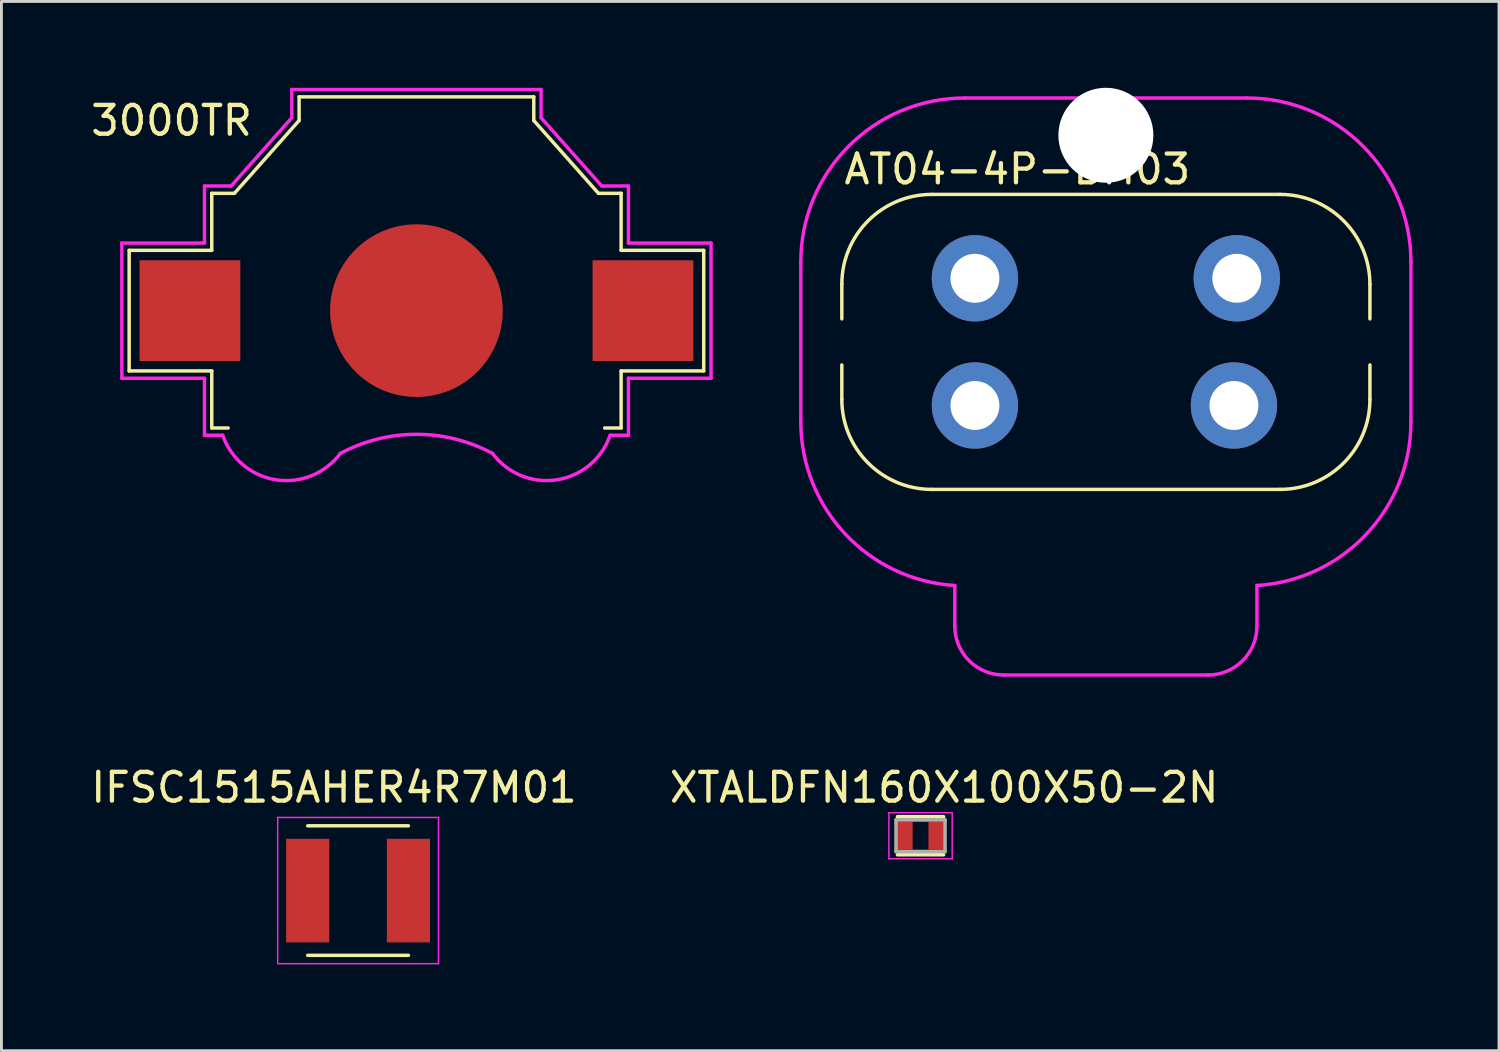
<source format=kicad_pcb>
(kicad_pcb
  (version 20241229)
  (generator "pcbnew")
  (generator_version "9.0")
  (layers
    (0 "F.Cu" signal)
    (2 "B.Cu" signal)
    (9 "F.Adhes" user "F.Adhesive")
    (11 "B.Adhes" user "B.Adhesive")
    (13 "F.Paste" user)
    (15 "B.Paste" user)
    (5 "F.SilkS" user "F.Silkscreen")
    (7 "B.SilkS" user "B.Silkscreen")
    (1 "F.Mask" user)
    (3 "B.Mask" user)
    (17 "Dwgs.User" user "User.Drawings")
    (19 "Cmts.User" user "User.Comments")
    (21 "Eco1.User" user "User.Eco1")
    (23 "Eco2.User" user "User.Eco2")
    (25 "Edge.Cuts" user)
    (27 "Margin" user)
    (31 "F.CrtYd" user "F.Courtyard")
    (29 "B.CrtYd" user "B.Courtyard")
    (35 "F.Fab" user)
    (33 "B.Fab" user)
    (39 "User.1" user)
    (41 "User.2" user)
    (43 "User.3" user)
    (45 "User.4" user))
  (footprint "XTALDFN160X100X50-2N"
    (layer "F.Cu")
    (at 28.936 25.989)
    (property "Reference" "XTALDFN160X100X50-2N" (at 0.82 -1.675 0) (layer "F.SilkS") (effects (font (size 1 1) (thickness 0.15))))
    (attr through_hole)
    (fp_line (start -0.8 -0.66) (end 0.8 -0.66) (stroke (width 0.127) (type solid)) (layer "F.SilkS"))
    (fp_line (start -0.8 0.66) (end 0.8 0.66) (stroke (width 0.127) (type solid)) (layer "F.SilkS"))
    (fp_line (start -1.1 -0.8) (end 1.1 -0.8) (stroke (width 0.05) (type solid)) (layer "F.CrtYd"))
    (fp_line (start -1.1 0.8) (end -1.1 -0.8) (stroke (width 0.05) (type solid)) (layer "F.CrtYd"))
    (fp_line (start 1.1 -0.8) (end 1.1 0.8) (stroke (width 0.05) (type solid)) (layer "F.CrtYd"))
    (fp_line (start 1.1 0.8) (end -1.1 0.8) (stroke (width 0.05) (type solid)) (layer "F.CrtYd"))
    (fp_line (start -0.85 -0.55) (end 0.85 -0.55) (stroke (width 0.127) (type solid)) (layer "F.Fab"))
    (fp_line (start -0.85 0.55) (end -0.85 -0.55) (stroke (width 0.127) (type solid)) (layer "F.Fab"))
    (fp_line (start 0.85 -0.55) (end 0.85 0.55) (stroke (width 0.127) (type solid)) (layer "F.Fab"))
    (fp_line (start 0.85 0.55) (end -0.85 0.55) (stroke (width 0.127) (type solid)) (layer "F.Fab"))
    (pad "1" smd rect (at -0.53 0) (size 0.51 0.96) (layers "F.Cu" "F.Mask" "F.Paste"))
    (pad "2" smd rect (at 0.53 0) (size 0.51 0.96) (layers "F.Cu" "F.Mask" "F.Paste")))
  (footprint "AT04-4P-BM03"
    (layer "F.Cu")
    (at 35.376 8.83)
    (property "Reference" "AT04-4P-BM03" (at -9.175 -6 0) (layer "F.SilkS") (effects (font (size 1 1) (thickness 0.15)) (justify left)))
    (attr through_hole)
    (fp_line (start -9.175 -2) (end -9.175 -0.8) (stroke (width 0.12) (type solid)) (layer "F.SilkS"))
    (fp_line (start -9.175 0.8) (end -9.175 2) (stroke (width 0.12) (type solid)) (layer "F.SilkS"))
    (fp_line (start -6.05 5.125) (end 6.05 5.125) (stroke (width 0.12) (type solid)) (layer "F.SilkS"))
    (fp_line (start 6.05 -5.125) (end -6.05 -5.125) (stroke (width 0.12) (type solid)) (layer "F.SilkS"))
    (fp_line (start 9.175 -2) (end 9.175 -0.8) (stroke (width 0.12) (type solid)) (layer "F.SilkS"))
    (fp_line (start 9.175 2) (end 9.175 0.8) (stroke (width 0.12) (type solid)) (layer "F.SilkS"))
    (fp_arc (start -9.175 -2) (mid -8.259709 -4.209709) (end -6.05 -5.125) (stroke (width 0.12) (type solid)) (layer "F.SilkS"))
    (fp_arc (start -6.050001 5.125) (mid -8.259709 4.209708) (end -9.175 1.999999) (stroke (width 0.12) (type solid)) (layer "F.SilkS"))
    (fp_arc (start 6.05 -5.125) (mid 8.259709 -4.209709) (end 9.175 -2) (stroke (width 0.12) (type solid)) (layer "F.SilkS"))
    (fp_arc (start 9.175 2.000001) (mid 8.259708 4.209709) (end 6.049999 5.125) (stroke (width 0.12) (type solid)) (layer "F.SilkS"))
    (fp_line (start -10.6 -2.775) (end -10.6 2.775) (stroke (width 0.12) (type solid)) (layer "F.CrtYd"))
    (fp_line (start -5.25 8.464) (end -5.25 9.875) (stroke (width 0.12) (type solid)) (layer "F.CrtYd"))
    (fp_line (start -3.55 11.575) (end 3.55 11.575) (stroke (width 0.12) (type solid)) (layer "F.CrtYd"))
    (fp_line (start 4.9 -8.475) (end -4.9 -8.475) (stroke (width 0.12) (type solid)) (layer "F.CrtYd"))
    (fp_line (start 5.25 9.875) (end 5.25 8.464) (stroke (width 0.12) (type solid)) (layer "F.CrtYd"))
    (fp_line (start 10.6 2.775) (end 10.6 -2.775) (stroke (width 0.12) (type solid)) (layer "F.CrtYd"))
    (fp_arc (start -10.6 -2.775001) (mid -8.930508 -6.805509) (end -4.899999 -8.475) (stroke (width 0.12) (type solid)) (layer "F.CrtYd"))
    (fp_arc (start -5.247977 8.464368) (mid -9.051714 6.680543) (end -10.6 2.775) (stroke (width 0.12) (type solid)) (layer "F.CrtYd"))
    (fp_arc (start -3.55 11.575) (mid -4.752082 11.077082) (end -5.25 9.875) (stroke (width 0.12) (type solid)) (layer "F.CrtYd"))
    (fp_arc (start 4.900001 -8.475) (mid 8.930509 -6.805508) (end 10.6 -2.774999) (stroke (width 0.12) (type solid)) (layer "F.CrtYd"))
    (fp_arc (start 5.25 9.875) (mid 4.752082 11.077082) (end 3.55 11.575) (stroke (width 0.12) (type solid)) (layer "F.CrtYd"))
    (fp_arc (start 10.599999 2.772973) (mid 9.053103 6.679066) (end 5.25 8.464244) (stroke (width 0.12) (type solid)) (layer "F.CrtYd"))
    (pad "" np_thru_hole circle (at 0 -7.18) (size 3.3 3.3) (drill 3.3) (layers "*.Cu" "*.Mask"))
    (pad "1" thru_hole circle (at -4.55 2.21) (size 3 3) (drill 1.7) (layers "*.Cu" "*.Mask"))
    (pad "2" thru_hole circle (at -4.55 -2.21) (size 3 3) (drill 1.7) (layers "*.Cu" "*.Mask"))
    (pad "3" thru_hole circle (at 4.55 -2.21) (size 3 3) (drill 1.7) (layers "*.Cu" "*.Mask"))
    (pad "4" thru_hole circle (at 4.45 2.21) (size 3 3) (drill 1.7) (layers "*.Cu" "*.Mask")))
  (footprint "IFSC1515AHER4R7M01"
    (layer "F.Cu")
    (at 9.392 27.895)
    (property "Reference" "IFSC1515AHER4R7M01" (at -0.838 -3.581 0) (layer "F.SilkS") (effects (font (size 1 1) (thickness 0.15))))
    (attr smd)
    (fp_line (start -1.75 2.25) (end 1.75 2.25) (stroke (width 0.12) (type solid)) (layer "F.SilkS"))
    (fp_line (start 1.75 -2.25) (end -1.75 -2.25) (stroke (width 0.12) (type solid)) (layer "F.SilkS"))
    (fp_line (start -2.794 -2.54) (end -2.794 2.54) (stroke (width 0.05) (type solid)) (layer "F.CrtYd"))
    (fp_line (start -2.794 2.54) (end 2.794 2.54) (stroke (width 0.05) (type solid)) (layer "F.CrtYd"))
    (fp_line (start 2.794 -2.54) (end -2.794 -2.54) (stroke (width 0.05) (type solid)) (layer "F.CrtYd"))
    (fp_line (start 2.794 2.54) (end 2.794 -2.54) (stroke (width 0.05) (type solid)) (layer "F.CrtYd"))
    (pad "1" smd rect (at -1.75 0) (size 1.5 3.6) (layers "F.Cu" "F.Mask" "F.Paste"))
    (pad "2" smd rect (at 1.75 0) (size 1.5 3.6) (layers "F.Cu" "F.Mask" "F.Paste")))
  (footprint "3000TR"
    (layer "F.Cu")
    (at 11.42 7.744)
    (property "Reference" "3000TR" (at -8.509 -6.604 0) (layer "F.SilkS") (effects (font (size 1 1) (thickness 0.15))))
    (attr smd)
    (fp_line (start -9.982 -2.095) (end -7.112 -2.095) (stroke (width 0.12) (type solid)) (layer "F.SilkS"))
    (fp_line (start -9.982 2.095) (end -9.982 -2.095) (stroke (width 0.12) (type solid)) (layer "F.SilkS"))
    (fp_line (start -7.112 -4.077) (end -6.324 -4.077) (stroke (width 0.12) (type solid)) (layer "F.SilkS"))
    (fp_line (start -7.112 -2.095) (end -7.112 -4.077) (stroke (width 0.12) (type solid)) (layer "F.SilkS"))
    (fp_line (start -7.112 2.095) (end -9.982 2.095) (stroke (width 0.12) (type solid)) (layer "F.SilkS"))
    (fp_line (start -7.112 4.077) (end -7.112 2.095) (stroke (width 0.12) (type solid)) (layer "F.SilkS"))
    (fp_line (start -6.541 4.077) (end -7.112 4.077) (stroke (width 0.12) (type solid)) (layer "F.SilkS"))
    (fp_line (start -6.324 -4.077) (end -4.077 -6.607) (stroke (width 0.12) (type solid)) (layer "F.SilkS"))
    (fp_line (start -4.077 -6.607) (end -4.077 -7.429) (stroke (width 0.12) (type solid)) (layer "F.SilkS"))
    (fp_line (start 4.077 -7.429) (end -4.077 -7.429) (stroke (width 0.12) (type solid)) (layer "F.SilkS"))
    (fp_line (start 4.077 -7.429) (end 4.077 -6.607) (stroke (width 0.12) (type solid)) (layer "F.SilkS"))
    (fp_line (start 4.077 -6.607) (end 6.324 -4.077) (stroke (width 0.12) (type solid)) (layer "F.SilkS"))
    (fp_line (start 6.324 -4.077) (end 7.112 -4.077) (stroke (width 0.12) (type solid)) (layer "F.SilkS"))
    (fp_line (start 7.112 -2.095) (end 7.112 -4.077) (stroke (width 0.12) (type solid)) (layer "F.SilkS"))
    (fp_line (start 7.112 2.095) (end 9.982 2.095) (stroke (width 0.12) (type solid)) (layer "F.SilkS"))
    (fp_line (start 7.112 4.077) (end 6.541 4.077) (stroke (width 0.12) (type solid)) (layer "F.SilkS"))
    (fp_line (start 7.112 4.077) (end 7.112 2.095) (stroke (width 0.12) (type solid)) (layer "F.SilkS"))
    (fp_line (start 9.982 -2.095) (end 7.112 -2.095) (stroke (width 0.12) (type solid)) (layer "F.SilkS"))
    (fp_line (start 9.982 2.095) (end 9.982 -2.095) (stroke (width 0.12) (type solid)) (layer "F.SilkS"))
    (fp_line (start -10.236 -2.349) (end -7.366 -2.349) (stroke (width 0.12) (type solid)) (layer "F.CrtYd"))
    (fp_line (start -10.236 2.349) (end -10.236 -2.349) (stroke (width 0.12) (type solid)) (layer "F.CrtYd"))
    (fp_line (start -7.366 -4.331) (end -6.438 -4.331) (stroke (width 0.12) (type solid)) (layer "F.CrtYd"))
    (fp_line (start -7.366 -2.349) (end -7.366 -4.331) (stroke (width 0.12) (type solid)) (layer "F.CrtYd"))
    (fp_line (start -7.366 2.349) (end -10.236 2.349) (stroke (width 0.12) (type solid)) (layer "F.CrtYd"))
    (fp_line (start -7.366 4.331) (end -7.366 2.349) (stroke (width 0.12) (type solid)) (layer "F.CrtYd"))
    (fp_line (start -6.73 4.331) (end -7.366 4.331) (stroke (width 0.12) (type solid)) (layer "F.CrtYd"))
    (fp_line (start -6.438 -4.331) (end -4.331 -6.703) (stroke (width 0.12) (type solid)) (layer "F.CrtYd"))
    (fp_line (start -4.331 -6.703) (end -4.331 -7.684) (stroke (width 0.12) (type solid)) (layer "F.CrtYd"))
    (fp_line (start 4.331 -7.684) (end -4.331 -7.684) (stroke (width 0.12) (type solid)) (layer "F.CrtYd"))
    (fp_line (start 4.331 -7.684) (end 4.331 -6.703) (stroke (width 0.12) (type solid)) (layer "F.CrtYd"))
    (fp_line (start 4.331 -6.703) (end 6.438 -4.331) (stroke (width 0.12) (type solid)) (layer "F.CrtYd"))
    (fp_line (start 6.438 -4.331) (end 7.366 -4.331) (stroke (width 0.12) (type solid)) (layer "F.CrtYd"))
    (fp_line (start 7.366 -2.349) (end 7.366 -4.331) (stroke (width 0.12) (type solid)) (layer "F.CrtYd"))
    (fp_line (start 7.366 2.349) (end 10.236 2.349) (stroke (width 0.12) (type solid)) (layer "F.CrtYd"))
    (fp_line (start 7.366 4.331) (end 6.73 4.331) (stroke (width 0.12) (type solid)) (layer "F.CrtYd"))
    (fp_line (start 7.366 4.331) (end 7.366 2.349) (stroke (width 0.12) (type solid)) (layer "F.CrtYd"))
    (fp_line (start 10.236 -2.349) (end 7.366 -2.349) (stroke (width 0.12) (type solid)) (layer "F.CrtYd"))
    (fp_line (start 10.236 2.349) (end 10.236 -2.349) (stroke (width 0.12) (type solid)) (layer "F.CrtYd"))
    (fp_arc (start -2.645547 4.962457) (mid -0.000001 4.296532) (end 2.645546 4.962456) (stroke (width 0.12) (type solid)) (layer "F.CrtYd"))
    (fp_arc (start -2.645546 4.962457) (mid -4.87837 5.878042) (end -6.730269 4.330699) (stroke (width 0.12) (type solid)) (layer "F.CrtYd"))
    (fp_arc (start 6.730268 4.3307) (mid 4.878369 5.878042) (end 2.645546 4.962456) (stroke (width 0.12) (type solid)) (layer "F.CrtYd"))
    (pad "" smd rect (at 7.87 0) (size 3.5 3.5) (layers "F.Cu" "F.Mask" "F.Paste"))
    (pad "1" smd rect (at -7.87 0) (size 3.5 3.5) (layers "F.Cu" "F.Mask" "F.Paste"))
    (pad "2" smd circle (at 0 0) (size 6 6) (layers "F.Cu" "F.Mask")))
  (gr_rect
    (start -3 -3)
    (end 49.036 33.46)
    (stroke (width 0.1) (type default))
    (fill no)
    (layer "Edge.Cuts")))
</source>
